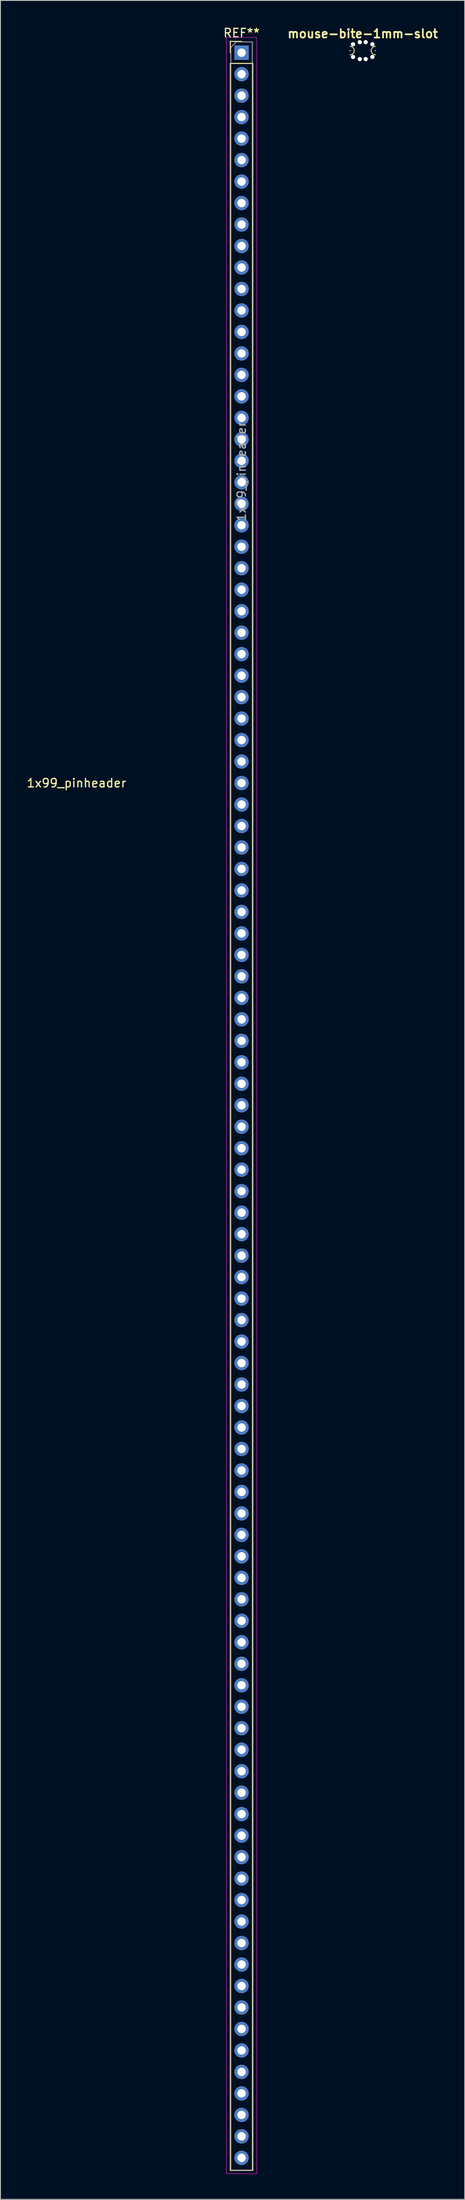
<source format=kicad_pcb>
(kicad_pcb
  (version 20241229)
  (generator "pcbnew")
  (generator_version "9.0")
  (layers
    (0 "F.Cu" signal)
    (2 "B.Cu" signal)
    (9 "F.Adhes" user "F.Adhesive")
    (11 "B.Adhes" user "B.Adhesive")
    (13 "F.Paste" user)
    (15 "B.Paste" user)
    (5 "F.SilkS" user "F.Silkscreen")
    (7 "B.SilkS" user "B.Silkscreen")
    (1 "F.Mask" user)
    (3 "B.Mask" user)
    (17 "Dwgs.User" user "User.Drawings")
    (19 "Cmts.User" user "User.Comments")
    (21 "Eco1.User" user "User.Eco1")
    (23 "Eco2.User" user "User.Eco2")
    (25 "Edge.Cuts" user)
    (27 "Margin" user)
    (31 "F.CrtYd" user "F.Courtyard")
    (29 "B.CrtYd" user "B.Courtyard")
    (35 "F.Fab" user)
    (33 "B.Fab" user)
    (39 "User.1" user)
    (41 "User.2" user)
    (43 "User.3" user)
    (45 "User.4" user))
  (footprint "1x99_pinheader"
    (layer "F.Cu")
    (at 25.566 83.718)
    (property "Reference" "1x99_pinheader" (at -19.56 5.82 0) (layer "F.SilkS") (effects (font (size 1 1) (thickness 0.15))))
    (attr through_hole)
    (fp_line (start -1.34 -81.87) (end -0.01 -81.87) (stroke (width 0.12) (type solid)) (layer "F.SilkS"))
    (fp_line (start -1.34 -80.54) (end -1.34 -81.87) (stroke (width 0.12) (type solid)) (layer "F.SilkS"))
    (fp_line (start -1.34 -79.27) (end -1.34 169.71) (stroke (width 0.12) (type solid)) (layer "F.SilkS"))
    (fp_line (start -1.34 -79.27) (end 1.32 -79.27) (stroke (width 0.12) (type solid)) (layer "F.SilkS"))
    (fp_line (start -1.34 169.71) (end -1.34 169.86) (stroke (width 0.12) (type solid)) (layer "F.SilkS"))
    (fp_line (start -1.34 169.86) (end 1.32 169.86) (stroke (width 0.12) (type solid)) (layer "F.SilkS"))
    (fp_line (start 1.32 -79.27) (end 1.32 169.7) (stroke (width 0.12) (type solid)) (layer "F.SilkS"))
    (fp_line (start 1.32 169.7) (end 1.32 169.86) (stroke (width 0.12) (type solid)) (layer "F.SilkS"))
    (fp_line (start -1.81 -82.34) (end -1.81 170.26) (stroke (width 0.05) (type solid)) (layer "F.CrtYd"))
    (fp_line (start -1.81 170.26) (end 1.79 170.26) (stroke (width 0.05) (type solid)) (layer "F.CrtYd"))
    (fp_line (start 1.79 -82.34) (end -1.81 -82.34) (stroke (width 0.05) (type solid)) (layer "F.CrtYd"))
    (fp_line (start 1.79 170.26) (end 1.79 -82.34) (stroke (width 0.05) (type solid)) (layer "F.CrtYd"))
    (fp_line (start -1.28 -81.175) (end -0.645 -81.81) (stroke (width 0.1) (type solid)) (layer "F.Fab"))
    (fp_line (start -1.28 169.83) (end -1.28 -81.175) (stroke (width 0.1) (type solid)) (layer "F.Fab"))
    (fp_line (start -0.645 -81.81) (end 1.26 -81.81) (stroke (width 0.1) (type solid)) (layer "F.Fab"))
    (fp_line (start 1.24 169.83) (end -1.3 169.83) (stroke (width 0.1) (type solid)) (layer "F.Fab"))
    (fp_line (start 1.26 -81.81) (end 1.26 169.83) (stroke (width 0.1) (type solid)) (layer "F.Fab"))
    (fp_text user "REF**" (at -0.01 -82.87 0) (layer "F.SilkS") (effects (font (size 1 1) (thickness 0.15))))
    (fp_text user "${REFERENCE}" (at -0.01 -31.01 90) (layer "F.Fab") (effects (font (size 1 1) (thickness 0.15))))
    (pad "1" thru_hole rect (at -0.01 -80.54) (size 1.7 1.7) (drill 1) (layers "*.Cu" "*.Mask"))
    (pad "2" thru_hole oval (at -0.01 -78) (size 1.7 1.7) (drill 1) (layers "*.Cu" "*.Mask"))
    (pad "3" thru_hole oval (at -0.01 -75.46) (size 1.7 1.7) (drill 1) (layers "*.Cu" "*.Mask"))
    (pad "4" thru_hole oval (at -0.01 -72.92) (size 1.7 1.7) (drill 1) (layers "*.Cu" "*.Mask"))
    (pad "5" thru_hole oval (at -0.01 -70.38) (size 1.7 1.7) (drill 1) (layers "*.Cu" "*.Mask"))
    (pad "6" thru_hole oval (at -0.01 -67.84) (size 1.7 1.7) (drill 1) (layers "*.Cu" "*.Mask"))
    (pad "7" thru_hole oval (at -0.01 -65.3) (size 1.7 1.7) (drill 1) (layers "*.Cu" "*.Mask"))
    (pad "8" thru_hole oval (at -0.01 -62.76) (size 1.7 1.7) (drill 1) (layers "*.Cu" "*.Mask"))
    (pad "9" thru_hole oval (at -0.01 -60.22) (size 1.7 1.7) (drill 1) (layers "*.Cu" "*.Mask"))
    (pad "10" thru_hole oval (at -0.01 -57.68) (size 1.7 1.7) (drill 1) (layers "*.Cu" "*.Mask"))
    (pad "11" thru_hole oval (at -0.01 -55.14) (size 1.7 1.7) (drill 1) (layers "*.Cu" "*.Mask"))
    (pad "12" thru_hole oval (at -0.01 -52.6) (size 1.7 1.7) (drill 1) (layers "*.Cu" "*.Mask"))
    (pad "13" thru_hole oval (at -0.01 -50.06) (size 1.7 1.7) (drill 1) (layers "*.Cu" "*.Mask"))
    (pad "14" thru_hole oval (at -0.01 -47.52) (size 1.7 1.7) (drill 1) (layers "*.Cu" "*.Mask"))
    (pad "15" thru_hole oval (at -0.01 -44.98) (size 1.7 1.7) (drill 1) (layers "*.Cu" "*.Mask"))
    (pad "16" thru_hole oval (at -0.01 -42.44) (size 1.7 1.7) (drill 1) (layers "*.Cu" "*.Mask"))
    (pad "17" thru_hole oval (at -0.01 -39.9) (size 1.7 1.7) (drill 1) (layers "*.Cu" "*.Mask"))
    (pad "18" thru_hole oval (at -0.01 -37.36) (size 1.7 1.7) (drill 1) (layers "*.Cu" "*.Mask"))
    (pad "19" thru_hole oval (at -0.01 -34.82) (size 1.7 1.7) (drill 1) (layers "*.Cu" "*.Mask"))
    (pad "20" thru_hole oval (at -0.01 -32.28) (size 1.7 1.7) (drill 1) (layers "*.Cu" "*.Mask"))
    (pad "21" thru_hole oval (at -0.01 -29.74) (size 1.7 1.7) (drill 1) (layers "*.Cu" "*.Mask"))
    (pad "22" thru_hole oval (at -0.01 -27.2) (size 1.7 1.7) (drill 1) (layers "*.Cu" "*.Mask"))
    (pad "23" thru_hole oval (at -0.01 -24.66) (size 1.7 1.7) (drill 1) (layers "*.Cu" "*.Mask"))
    (pad "24" thru_hole oval (at -0.01 -22.12) (size 1.7 1.7) (drill 1) (layers "*.Cu" "*.Mask"))
    (pad "25" thru_hole oval (at -0.01 -19.58) (size 1.7 1.7) (drill 1) (layers "*.Cu" "*.Mask"))
    (pad "26" thru_hole oval (at -0.01 -17.04) (size 1.7 1.7) (drill 1) (layers "*.Cu" "*.Mask"))
    (pad "27" thru_hole oval (at -0.01 -14.5) (size 1.7 1.7) (drill 1) (layers "*.Cu" "*.Mask"))
    (pad "28" thru_hole oval (at -0.01 -11.96) (size 1.7 1.7) (drill 1) (layers "*.Cu" "*.Mask"))
    (pad "29" thru_hole oval (at -0.01 -9.42) (size 1.7 1.7) (drill 1) (layers "*.Cu" "*.Mask"))
    (pad "30" thru_hole oval (at -0.01 -6.88) (size 1.7 1.7) (drill 1) (layers "*.Cu" "*.Mask"))
    (pad "31" thru_hole oval (at -0.01 -4.34) (size 1.7 1.7) (drill 1) (layers "*.Cu" "*.Mask"))
    (pad "32" thru_hole oval (at -0.01 -1.8) (size 1.7 1.7) (drill 1) (layers "*.Cu" "*.Mask"))
    (pad "33" thru_hole oval (at -0.01 0.74) (size 1.7 1.7) (drill 1) (layers "*.Cu" "*.Mask"))
    (pad "34" thru_hole oval (at -0.01 3.28) (size 1.7 1.7) (drill 1) (layers "*.Cu" "*.Mask"))
    (pad "35" thru_hole oval (at -0.01 5.82) (size 1.7 1.7) (drill 1) (layers "*.Cu" "*.Mask"))
    (pad "36" thru_hole oval (at -0.01 8.36) (size 1.7 1.7) (drill 1) (layers "*.Cu" "*.Mask"))
    (pad "37" thru_hole oval (at -0.01 10.9) (size 1.7 1.7) (drill 1) (layers "*.Cu" "*.Mask"))
    (pad "38" thru_hole oval (at -0.01 13.44) (size 1.7 1.7) (drill 1) (layers "*.Cu" "*.Mask"))
    (pad "39" thru_hole oval (at -0.01 15.98) (size 1.7 1.7) (drill 1) (layers "*.Cu" "*.Mask"))
    (pad "40" thru_hole oval (at -0.01 18.52) (size 1.7 1.7) (drill 1) (layers "*.Cu" "*.Mask"))
    (pad "41" thru_hole oval (at -0.01 21.06) (size 1.7 1.7) (drill 1) (layers "*.Cu" "*.Mask"))
    (pad "42" thru_hole oval (at -0.01 23.6) (size 1.7 1.7) (drill 1) (layers "*.Cu" "*.Mask"))
    (pad "43" thru_hole oval (at -0.01 26.14) (size 1.7 1.7) (drill 1) (layers "*.Cu" "*.Mask"))
    (pad "44" thru_hole oval (at -0.01 28.68) (size 1.7 1.7) (drill 1) (layers "*.Cu" "*.Mask"))
    (pad "45" thru_hole oval (at -0.01 31.22) (size 1.7 1.7) (drill 1) (layers "*.Cu" "*.Mask"))
    (pad "46" thru_hole oval (at -0.01 33.76) (size 1.7 1.7) (drill 1) (layers "*.Cu" "*.Mask"))
    (pad "47" thru_hole oval (at -0.01 36.3) (size 1.7 1.7) (drill 1) (layers "*.Cu" "*.Mask"))
    (pad "48" thru_hole oval (at -0.01 38.84) (size 1.7 1.7) (drill 1) (layers "*.Cu" "*.Mask"))
    (pad "49" thru_hole oval (at -0.01 41.38) (size 1.7 1.7) (drill 1) (layers "*.Cu" "*.Mask"))
    (pad "50" thru_hole oval (at -0.01 43.92) (size 1.7 1.7) (drill 1) (layers "*.Cu" "*.Mask"))
    (pad "51" thru_hole oval (at -0.01 46.46) (size 1.7 1.7) (drill 1) (layers "*.Cu" "*.Mask"))
    (pad "52" thru_hole oval (at -0.01 49) (size 1.7 1.7) (drill 1) (layers "*.Cu" "*.Mask"))
    (pad "53" thru_hole oval (at -0.01 51.54) (size 1.7 1.7) (drill 1) (layers "*.Cu" "*.Mask"))
    (pad "54" thru_hole oval (at -0.01 54.08) (size 1.7 1.7) (drill 1) (layers "*.Cu" "*.Mask"))
    (pad "55" thru_hole oval (at -0.01 56.62) (size 1.7 1.7) (drill 1) (layers "*.Cu" "*.Mask"))
    (pad "56" thru_hole oval (at -0.01 59.16) (size 1.7 1.7) (drill 1) (layers "*.Cu" "*.Mask"))
    (pad "57" thru_hole oval (at -0.01 61.7) (size 1.7 1.7) (drill 1) (layers "*.Cu" "*.Mask"))
    (pad "58" thru_hole oval (at -0.01 64.24) (size 1.7 1.7) (drill 1) (layers "*.Cu" "*.Mask"))
    (pad "59" thru_hole oval (at -0.01 66.78) (size 1.7 1.7) (drill 1) (layers "*.Cu" "*.Mask"))
    (pad "60" thru_hole oval (at -0.01 69.32) (size 1.7 1.7) (drill 1) (layers "*.Cu" "*.Mask"))
    (pad "61" thru_hole oval (at -0.01 71.86) (size 1.7 1.7) (drill 1) (layers "*.Cu" "*.Mask"))
    (pad "62" thru_hole oval (at -0.01 74.4) (size 1.7 1.7) (drill 1) (layers "*.Cu" "*.Mask"))
    (pad "63" thru_hole oval (at -0.01 76.94) (size 1.7 1.7) (drill 1) (layers "*.Cu" "*.Mask"))
    (pad "64" thru_hole oval (at -0.01 79.48) (size 1.7 1.7) (drill 1) (layers "*.Cu" "*.Mask"))
    (pad "65" thru_hole oval (at -0.01 82.02) (size 1.7 1.7) (drill 1) (layers "*.Cu" "*.Mask"))
    (pad "66" thru_hole oval (at -0.01 84.56) (size 1.7 1.7) (drill 1) (layers "*.Cu" "*.Mask"))
    (pad "67" thru_hole oval (at -0.01 87.1) (size 1.7 1.7) (drill 1) (layers "*.Cu" "*.Mask"))
    (pad "68" thru_hole oval (at -0.01 89.64) (size 1.7 1.7) (drill 1) (layers "*.Cu" "*.Mask"))
    (pad "69" thru_hole oval (at -0.01 92.18) (size 1.7 1.7) (drill 1) (layers "*.Cu" "*.Mask"))
    (pad "70" thru_hole oval (at -0.01 94.72) (size 1.7 1.7) (drill 1) (layers "*.Cu" "*.Mask"))
    (pad "71" thru_hole oval (at -0.01 97.26) (size 1.7 1.7) (drill 1) (layers "*.Cu" "*.Mask"))
    (pad "72" thru_hole oval (at -0.01 99.8) (size 1.7 1.7) (drill 1) (layers "*.Cu" "*.Mask"))
    (pad "73" thru_hole oval (at -0.01 102.34) (size 1.7 1.7) (drill 1) (layers "*.Cu" "*.Mask"))
    (pad "74" thru_hole oval (at -0.01 104.88) (size 1.7 1.7) (drill 1) (layers "*.Cu" "*.Mask"))
    (pad "75" thru_hole oval (at -0.01 107.42) (size 1.7 1.7) (drill 1) (layers "*.Cu" "*.Mask"))
    (pad "76" thru_hole oval (at -0.01 109.96) (size 1.7 1.7) (drill 1) (layers "*.Cu" "*.Mask"))
    (pad "77" thru_hole oval (at -0.01 112.5) (size 1.7 1.7) (drill 1) (layers "*.Cu" "*.Mask"))
    (pad "78" thru_hole oval (at -0.01 115.04) (size 1.7 1.7) (drill 1) (layers "*.Cu" "*.Mask"))
    (pad "79" thru_hole oval (at -0.01 117.58) (size 1.7 1.7) (drill 1) (layers "*.Cu" "*.Mask"))
    (pad "80" thru_hole oval (at -0.01 120.12) (size 1.7 1.7) (drill 1) (layers "*.Cu" "*.Mask"))
    (pad "81" thru_hole oval (at -0.01 122.66) (size 1.7 1.7) (drill 1) (layers "*.Cu" "*.Mask"))
    (pad "82" thru_hole oval (at -0.01 125.2) (size 1.7 1.7) (drill 1) (layers "*.Cu" "*.Mask"))
    (pad "83" thru_hole oval (at -0.01 127.74) (size 1.7 1.7) (drill 1) (layers "*.Cu" "*.Mask"))
    (pad "84" thru_hole oval (at -0.01 130.28) (size 1.7 1.7) (drill 1) (layers "*.Cu" "*.Mask"))
    (pad "85" thru_hole oval (at -0.01 132.82) (size 1.7 1.7) (drill 1) (layers "*.Cu" "*.Mask"))
    (pad "86" thru_hole oval (at -0.01 135.36) (size 1.7 1.7) (drill 1) (layers "*.Cu" "*.Mask"))
    (pad "87" thru_hole oval (at -0.01 137.9) (size 1.7 1.7) (drill 1) (layers "*.Cu" "*.Mask"))
    (pad "88" thru_hole oval (at -0.01 140.44) (size 1.7 1.7) (drill 1) (layers "*.Cu" "*.Mask"))
    (pad "89" thru_hole oval (at -0.01 142.98) (size 1.7 1.7) (drill 1) (layers "*.Cu" "*.Mask"))
    (pad "90" thru_hole oval (at -0.01 145.52) (size 1.7 1.7) (drill 1) (layers "*.Cu" "*.Mask"))
    (pad "91" thru_hole oval (at -0.01 148.06) (size 1.7 1.7) (drill 1) (layers "*.Cu" "*.Mask"))
    (pad "92" thru_hole oval (at -0.01 150.6) (size 1.7 1.7) (drill 1) (layers "*.Cu" "*.Mask"))
    (pad "93" thru_hole oval (at -0.01 153.14) (size 1.7 1.7) (drill 1) (layers "*.Cu" "*.Mask"))
    (pad "94" thru_hole oval (at -0.01 155.68) (size 1.7 1.7) (drill 1) (layers "*.Cu" "*.Mask"))
    (pad "95" thru_hole oval (at -0.01 158.22) (size 1.7 1.7) (drill 1) (layers "*.Cu" "*.Mask"))
    (pad "96" thru_hole oval (at -0.01 160.76) (size 1.7 1.7) (drill 1) (layers "*.Cu" "*.Mask"))
    (pad "97" thru_hole oval (at -0.01 163.3) (size 1.7 1.7) (drill 1) (layers "*.Cu" "*.Mask"))
    (pad "98" thru_hole oval (at -0.01 165.84) (size 1.7 1.7) (drill 1) (layers "*.Cu" "*.Mask"))
    (pad "99" thru_hole oval (at -0.01 168.38) (size 1.7 1.7) (drill 1) (layers "*.Cu" "*.Mask")))
  (footprint "mouse-bite-1mm-slot"
    (layer "F.Cu")
    (at 39.905 2.936)
    (property "Reference" "mouse-bite-1mm-slot" (at 0 -2 0) (layer "F.SilkS") (effects (font (size 1 1) (thickness 0.2))))
    (attr through_hole)
    (fp_arc (start -1.5 -0.5) (mid -1 0) (end -1.5 0.5) (stroke (width 0.1) (type solid)) (layer "F.SilkS"))
    (fp_arc (start 1.5 0.5) (mid 1 0) (end 1.5 -0.5) (stroke (width 0.1) (type solid)) (layer "F.SilkS"))
    (fp_circle (center -1.5 0) (end -1.44 0) (stroke (width 0.05) (type solid)) (fill no) (layer "Dwgs.User"))
    (fp_circle (center 1.5 0) (end 1.56 0) (stroke (width 0.05) (type solid)) (fill no) (layer "Dwgs.User"))
    (fp_line (start -1.5 0) (end -1.5 0) (stroke (width 1) (type solid)) (layer "Eco1.User"))
    (fp_line (start 1.5 0) (end 1.5 0) (stroke (width 1) (type solid)) (layer "Eco1.User"))
    (pad "" np_thru_hole circle (at -1.15 -0.75) (size 0.5 0.5) (drill 0.5) (layers "*.Cu" "*.Mask"))
    (pad "" np_thru_hole circle (at -1.15 0.75) (size 0.5 0.5) (drill 0.5) (layers "*.Cu" "*.Mask"))
    (pad "" np_thru_hole circle (at -0.35 -1) (size 0.5 0.5) (drill 0.5) (layers "*.Cu" "*.Mask"))
    (pad "" np_thru_hole circle (at -0.35 1) (size 0.5 0.5) (drill 0.5) (layers "*.Cu" "*.Mask"))
    (pad "" np_thru_hole circle (at 0.35 -1) (size 0.5 0.5) (drill 0.5) (layers "*.Cu" "*.Mask"))
    (pad "" np_thru_hole circle (at 0.35 1) (size 0.5 0.5) (drill 0.5) (layers "*.Cu" "*.Mask"))
    (pad "" np_thru_hole circle (at 1.15 -0.75) (size 0.5 0.5) (drill 0.5) (layers "*.Cu" "*.Mask"))
    (pad "" np_thru_hole circle (at 1.15 0.75) (size 0.5 0.5) (drill 0.5) (layers "*.Cu" "*.Mask")))
  (gr_rect
    (start -3 -3)
    (end 51.986 257.003)
    (stroke (width 0.1) (type default))
    (fill no)
    (layer "Edge.Cuts")))
</source>
